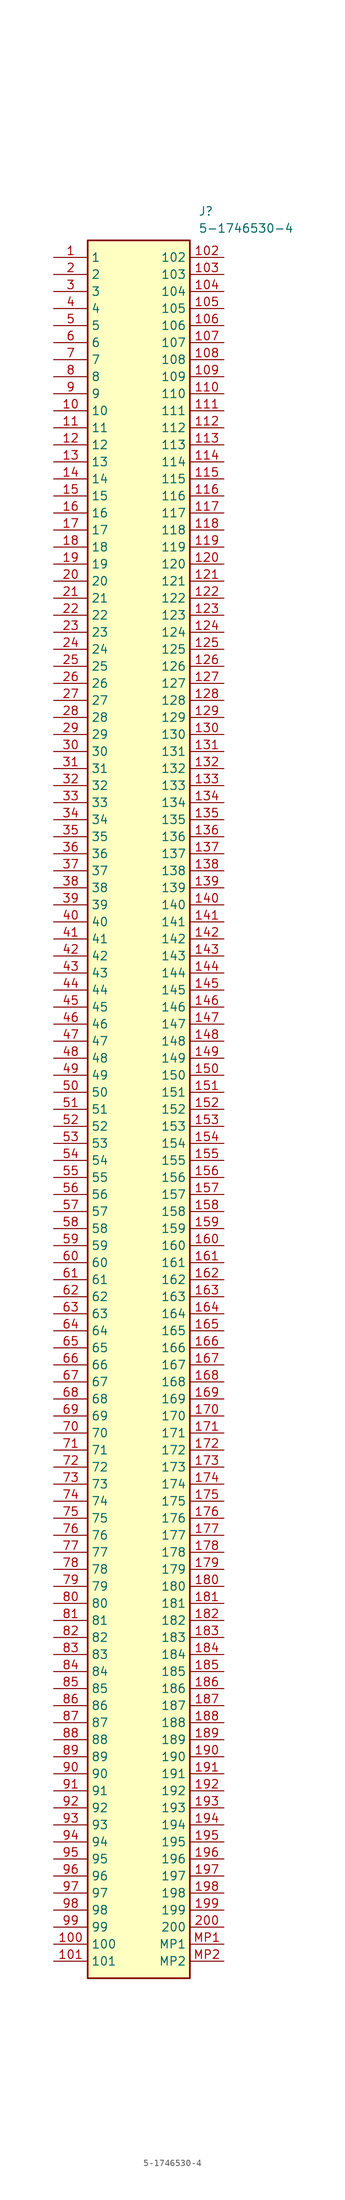
<source format=kicad_sym>
(kicad_symbol_lib
  (version 20211014)
  (generator SamacSys_ECAD_Model)
  (symbol "5-1746530-4"
    (property "Reference" "J"
      (at 21.59 7.62 0)
      (effects (font (size 1.27 1.27)) (justify left top)))
    (property "Value" "5-1746530-4"
      (at 21.59 5.08 0)
      (effects (font (size 1.27 1.27)) (justify left top)))
    (rectangle
      (start 5.08 2.54)
      (end 20.32 -256.54)
      (stroke (width 0.254) (type default))
      (fill (type background)))
    (pin passive line
      (at 0 0 0)
      (length 5.08)
      (name "1" (effects (font (size 1.27 1.27))))
      (number "1" (effects (font (size 1.27 1.27)))))
    (pin passive line
      (at 0 -2.54 0)
      (length 5.08)
      (name "2" (effects (font (size 1.27 1.27))))
      (number "2" (effects (font (size 1.27 1.27)))))
    (pin passive line
      (at 0 -5.08 0)
      (length 5.08)
      (name "3" (effects (font (size 1.27 1.27))))
      (number "3" (effects (font (size 1.27 1.27)))))
    (pin passive line
      (at 0 -7.62 0)
      (length 5.08)
      (name "4" (effects (font (size 1.27 1.27))))
      (number "4" (effects (font (size 1.27 1.27)))))
    (pin passive line
      (at 0 -10.16 0)
      (length 5.08)
      (name "5" (effects (font (size 1.27 1.27))))
      (number "5" (effects (font (size 1.27 1.27)))))
    (pin passive line
      (at 0 -12.7 0)
      (length 5.08)
      (name "6" (effects (font (size 1.27 1.27))))
      (number "6" (effects (font (size 1.27 1.27)))))
    (pin passive line
      (at 0 -15.24 0)
      (length 5.08)
      (name "7" (effects (font (size 1.27 1.27))))
      (number "7" (effects (font (size 1.27 1.27)))))
    (pin passive line
      (at 0 -17.78 0)
      (length 5.08)
      (name "8" (effects (font (size 1.27 1.27))))
      (number "8" (effects (font (size 1.27 1.27)))))
    (pin passive line
      (at 0 -20.32 0)
      (length 5.08)
      (name "9" (effects (font (size 1.27 1.27))))
      (number "9" (effects (font (size 1.27 1.27)))))
    (pin passive line
      (at 0 -22.86 0)
      (length 5.08)
      (name "10" (effects (font (size 1.27 1.27))))
      (number "10" (effects (font (size 1.27 1.27)))))
    (pin passive line
      (at 0 -25.4 0)
      (length 5.08)
      (name "11" (effects (font (size 1.27 1.27))))
      (number "11" (effects (font (size 1.27 1.27)))))
    (pin passive line
      (at 0 -27.94 0)
      (length 5.08)
      (name "12" (effects (font (size 1.27 1.27))))
      (number "12" (effects (font (size 1.27 1.27)))))
    (pin passive line
      (at 0 -30.48 0)
      (length 5.08)
      (name "13" (effects (font (size 1.27 1.27))))
      (number "13" (effects (font (size 1.27 1.27)))))
    (pin passive line
      (at 0 -33.02 0)
      (length 5.08)
      (name "14" (effects (font (size 1.27 1.27))))
      (number "14" (effects (font (size 1.27 1.27)))))
    (pin passive line
      (at 0 -35.56 0)
      (length 5.08)
      (name "15" (effects (font (size 1.27 1.27))))
      (number "15" (effects (font (size 1.27 1.27)))))
    (pin passive line
      (at 0 -38.1 0)
      (length 5.08)
      (name "16" (effects (font (size 1.27 1.27))))
      (number "16" (effects (font (size 1.27 1.27)))))
    (pin passive line
      (at 0 -40.64 0)
      (length 5.08)
      (name "17" (effects (font (size 1.27 1.27))))
      (number "17" (effects (font (size 1.27 1.27)))))
    (pin passive line
      (at 0 -43.18 0)
      (length 5.08)
      (name "18" (effects (font (size 1.27 1.27))))
      (number "18" (effects (font (size 1.27 1.27)))))
    (pin passive line
      (at 0 -45.72 0)
      (length 5.08)
      (name "19" (effects (font (size 1.27 1.27))))
      (number "19" (effects (font (size 1.27 1.27)))))
    (pin passive line
      (at 0 -48.26 0)
      (length 5.08)
      (name "20" (effects (font (size 1.27 1.27))))
      (number "20" (effects (font (size 1.27 1.27)))))
    (pin passive line
      (at 0 -50.8 0)
      (length 5.08)
      (name "21" (effects (font (size 1.27 1.27))))
      (number "21" (effects (font (size 1.27 1.27)))))
    (pin passive line
      (at 0 -53.34 0)
      (length 5.08)
      (name "22" (effects (font (size 1.27 1.27))))
      (number "22" (effects (font (size 1.27 1.27)))))
    (pin passive line
      (at 0 -55.88 0)
      (length 5.08)
      (name "23" (effects (font (size 1.27 1.27))))
      (number "23" (effects (font (size 1.27 1.27)))))
    (pin passive line
      (at 0 -58.42 0)
      (length 5.08)
      (name "24" (effects (font (size 1.27 1.27))))
      (number "24" (effects (font (size 1.27 1.27)))))
    (pin passive line
      (at 0 -60.96 0)
      (length 5.08)
      (name "25" (effects (font (size 1.27 1.27))))
      (number "25" (effects (font (size 1.27 1.27)))))
    (pin passive line
      (at 0 -63.5 0)
      (length 5.08)
      (name "26" (effects (font (size 1.27 1.27))))
      (number "26" (effects (font (size 1.27 1.27)))))
    (pin passive line
      (at 0 -66.04 0)
      (length 5.08)
      (name "27" (effects (font (size 1.27 1.27))))
      (number "27" (effects (font (size 1.27 1.27)))))
    (pin passive line
      (at 0 -68.58 0)
      (length 5.08)
      (name "28" (effects (font (size 1.27 1.27))))
      (number "28" (effects (font (size 1.27 1.27)))))
    (pin passive line
      (at 0 -71.12 0)
      (length 5.08)
      (name "29" (effects (font (size 1.27 1.27))))
      (number "29" (effects (font (size 1.27 1.27)))))
    (pin passive line
      (at 0 -73.66 0)
      (length 5.08)
      (name "30" (effects (font (size 1.27 1.27))))
      (number "30" (effects (font (size 1.27 1.27)))))
    (pin passive line
      (at 0 -76.2 0)
      (length 5.08)
      (name "31" (effects (font (size 1.27 1.27))))
      (number "31" (effects (font (size 1.27 1.27)))))
    (pin passive line
      (at 0 -78.74 0)
      (length 5.08)
      (name "32" (effects (font (size 1.27 1.27))))
      (number "32" (effects (font (size 1.27 1.27)))))
    (pin passive line
      (at 0 -81.28 0)
      (length 5.08)
      (name "33" (effects (font (size 1.27 1.27))))
      (number "33" (effects (font (size 1.27 1.27)))))
    (pin passive line
      (at 0 -83.82 0)
      (length 5.08)
      (name "34" (effects (font (size 1.27 1.27))))
      (number "34" (effects (font (size 1.27 1.27)))))
    (pin passive line
      (at 0 -86.36 0)
      (length 5.08)
      (name "35" (effects (font (size 1.27 1.27))))
      (number "35" (effects (font (size 1.27 1.27)))))
    (pin passive line
      (at 0 -88.9 0)
      (length 5.08)
      (name "36" (effects (font (size 1.27 1.27))))
      (number "36" (effects (font (size 1.27 1.27)))))
    (pin passive line
      (at 0 -91.44 0)
      (length 5.08)
      (name "37" (effects (font (size 1.27 1.27))))
      (number "37" (effects (font (size 1.27 1.27)))))
    (pin passive line
      (at 0 -93.98 0)
      (length 5.08)
      (name "38" (effects (font (size 1.27 1.27))))
      (number "38" (effects (font (size 1.27 1.27)))))
    (pin passive line
      (at 0 -96.52 0)
      (length 5.08)
      (name "39" (effects (font (size 1.27 1.27))))
      (number "39" (effects (font (size 1.27 1.27)))))
    (pin passive line
      (at 0 -99.06 0)
      (length 5.08)
      (name "40" (effects (font (size 1.27 1.27))))
      (number "40" (effects (font (size 1.27 1.27)))))
    (pin passive line
      (at 0 -101.6 0)
      (length 5.08)
      (name "41" (effects (font (size 1.27 1.27))))
      (number "41" (effects (font (size 1.27 1.27)))))
    (pin passive line
      (at 0 -104.14 0)
      (length 5.08)
      (name "42" (effects (font (size 1.27 1.27))))
      (number "42" (effects (font (size 1.27 1.27)))))
    (pin passive line
      (at 0 -106.68 0)
      (length 5.08)
      (name "43" (effects (font (size 1.27 1.27))))
      (number "43" (effects (font (size 1.27 1.27)))))
    (pin passive line
      (at 0 -109.22 0)
      (length 5.08)
      (name "44" (effects (font (size 1.27 1.27))))
      (number "44" (effects (font (size 1.27 1.27)))))
    (pin passive line
      (at 0 -111.76 0)
      (length 5.08)
      (name "45" (effects (font (size 1.27 1.27))))
      (number "45" (effects (font (size 1.27 1.27)))))
    (pin passive line
      (at 0 -114.3 0)
      (length 5.08)
      (name "46" (effects (font (size 1.27 1.27))))
      (number "46" (effects (font (size 1.27 1.27)))))
    (pin passive line
      (at 0 -116.84 0)
      (length 5.08)
      (name "47" (effects (font (size 1.27 1.27))))
      (number "47" (effects (font (size 1.27 1.27)))))
    (pin passive line
      (at 0 -119.38 0)
      (length 5.08)
      (name "48" (effects (font (size 1.27 1.27))))
      (number "48" (effects (font (size 1.27 1.27)))))
    (pin passive line
      (at 0 -121.92 0)
      (length 5.08)
      (name "49" (effects (font (size 1.27 1.27))))
      (number "49" (effects (font (size 1.27 1.27)))))
    (pin passive line
      (at 0 -124.46 0)
      (length 5.08)
      (name "50" (effects (font (size 1.27 1.27))))
      (number "50" (effects (font (size 1.27 1.27)))))
    (pin passive line
      (at 0 -127 0)
      (length 5.08)
      (name "51" (effects (font (size 1.27 1.27))))
      (number "51" (effects (font (size 1.27 1.27)))))
    (pin passive line
      (at 0 -129.54 0)
      (length 5.08)
      (name "52" (effects (font (size 1.27 1.27))))
      (number "52" (effects (font (size 1.27 1.27)))))
    (pin passive line
      (at 0 -132.08 0)
      (length 5.08)
      (name "53" (effects (font (size 1.27 1.27))))
      (number "53" (effects (font (size 1.27 1.27)))))
    (pin passive line
      (at 0 -134.62 0)
      (length 5.08)
      (name "54" (effects (font (size 1.27 1.27))))
      (number "54" (effects (font (size 1.27 1.27)))))
    (pin passive line
      (at 0 -137.16 0)
      (length 5.08)
      (name "55" (effects (font (size 1.27 1.27))))
      (number "55" (effects (font (size 1.27 1.27)))))
    (pin passive line
      (at 0 -139.7 0)
      (length 5.08)
      (name "56" (effects (font (size 1.27 1.27))))
      (number "56" (effects (font (size 1.27 1.27)))))
    (pin passive line
      (at 0 -142.24 0)
      (length 5.08)
      (name "57" (effects (font (size 1.27 1.27))))
      (number "57" (effects (font (size 1.27 1.27)))))
    (pin passive line
      (at 0 -144.78 0)
      (length 5.08)
      (name "58" (effects (font (size 1.27 1.27))))
      (number "58" (effects (font (size 1.27 1.27)))))
    (pin passive line
      (at 0 -147.32 0)
      (length 5.08)
      (name "59" (effects (font (size 1.27 1.27))))
      (number "59" (effects (font (size 1.27 1.27)))))
    (pin passive line
      (at 0 -149.86 0)
      (length 5.08)
      (name "60" (effects (font (size 1.27 1.27))))
      (number "60" (effects (font (size 1.27 1.27)))))
    (pin passive line
      (at 0 -152.4 0)
      (length 5.08)
      (name "61" (effects (font (size 1.27 1.27))))
      (number "61" (effects (font (size 1.27 1.27)))))
    (pin passive line
      (at 0 -154.94 0)
      (length 5.08)
      (name "62" (effects (font (size 1.27 1.27))))
      (number "62" (effects (font (size 1.27 1.27)))))
    (pin passive line
      (at 0 -157.48 0)
      (length 5.08)
      (name "63" (effects (font (size 1.27 1.27))))
      (number "63" (effects (font (size 1.27 1.27)))))
    (pin passive line
      (at 0 -160.02 0)
      (length 5.08)
      (name "64" (effects (font (size 1.27 1.27))))
      (number "64" (effects (font (size 1.27 1.27)))))
    (pin passive line
      (at 0 -162.56 0)
      (length 5.08)
      (name "65" (effects (font (size 1.27 1.27))))
      (number "65" (effects (font (size 1.27 1.27)))))
    (pin passive line
      (at 0 -165.1 0)
      (length 5.08)
      (name "66" (effects (font (size 1.27 1.27))))
      (number "66" (effects (font (size 1.27 1.27)))))
    (pin passive line
      (at 0 -167.64 0)
      (length 5.08)
      (name "67" (effects (font (size 1.27 1.27))))
      (number "67" (effects (font (size 1.27 1.27)))))
    (pin passive line
      (at 0 -170.18 0)
      (length 5.08)
      (name "68" (effects (font (size 1.27 1.27))))
      (number "68" (effects (font (size 1.27 1.27)))))
    (pin passive line
      (at 0 -172.72 0)
      (length 5.08)
      (name "69" (effects (font (size 1.27 1.27))))
      (number "69" (effects (font (size 1.27 1.27)))))
    (pin passive line
      (at 0 -175.26 0)
      (length 5.08)
      (name "70" (effects (font (size 1.27 1.27))))
      (number "70" (effects (font (size 1.27 1.27)))))
    (pin passive line
      (at 0 -177.8 0)
      (length 5.08)
      (name "71" (effects (font (size 1.27 1.27))))
      (number "71" (effects (font (size 1.27 1.27)))))
    (pin passive line
      (at 0 -180.34 0)
      (length 5.08)
      (name "72" (effects (font (size 1.27 1.27))))
      (number "72" (effects (font (size 1.27 1.27)))))
    (pin passive line
      (at 0 -182.88 0)
      (length 5.08)
      (name "73" (effects (font (size 1.27 1.27))))
      (number "73" (effects (font (size 1.27 1.27)))))
    (pin passive line
      (at 0 -185.42 0)
      (length 5.08)
      (name "74" (effects (font (size 1.27 1.27))))
      (number "74" (effects (font (size 1.27 1.27)))))
    (pin passive line
      (at 0 -187.96 0)
      (length 5.08)
      (name "75" (effects (font (size 1.27 1.27))))
      (number "75" (effects (font (size 1.27 1.27)))))
    (pin passive line
      (at 0 -190.5 0)
      (length 5.08)
      (name "76" (effects (font (size 1.27 1.27))))
      (number "76" (effects (font (size 1.27 1.27)))))
    (pin passive line
      (at 0 -193.04 0)
      (length 5.08)
      (name "77" (effects (font (size 1.27 1.27))))
      (number "77" (effects (font (size 1.27 1.27)))))
    (pin passive line
      (at 0 -195.58 0)
      (length 5.08)
      (name "78" (effects (font (size 1.27 1.27))))
      (number "78" (effects (font (size 1.27 1.27)))))
    (pin passive line
      (at 0 -198.12 0)
      (length 5.08)
      (name "79" (effects (font (size 1.27 1.27))))
      (number "79" (effects (font (size 1.27 1.27)))))
    (pin passive line
      (at 0 -200.66 0)
      (length 5.08)
      (name "80" (effects (font (size 1.27 1.27))))
      (number "80" (effects (font (size 1.27 1.27)))))
    (pin passive line
      (at 0 -203.2 0)
      (length 5.08)
      (name "81" (effects (font (size 1.27 1.27))))
      (number "81" (effects (font (size 1.27 1.27)))))
    (pin passive line
      (at 0 -205.74 0)
      (length 5.08)
      (name "82" (effects (font (size 1.27 1.27))))
      (number "82" (effects (font (size 1.27 1.27)))))
    (pin passive line
      (at 0 -208.28 0)
      (length 5.08)
      (name "83" (effects (font (size 1.27 1.27))))
      (number "83" (effects (font (size 1.27 1.27)))))
    (pin passive line
      (at 0 -210.82 0)
      (length 5.08)
      (name "84" (effects (font (size 1.27 1.27))))
      (number "84" (effects (font (size 1.27 1.27)))))
    (pin passive line
      (at 0 -213.36 0)
      (length 5.08)
      (name "85" (effects (font (size 1.27 1.27))))
      (number "85" (effects (font (size 1.27 1.27)))))
    (pin passive line
      (at 0 -215.9 0)
      (length 5.08)
      (name "86" (effects (font (size 1.27 1.27))))
      (number "86" (effects (font (size 1.27 1.27)))))
    (pin passive line
      (at 0 -218.44 0)
      (length 5.08)
      (name "87" (effects (font (size 1.27 1.27))))
      (number "87" (effects (font (size 1.27 1.27)))))
    (pin passive line
      (at 0 -220.98 0)
      (length 5.08)
      (name "88" (effects (font (size 1.27 1.27))))
      (number "88" (effects (font (size 1.27 1.27)))))
    (pin passive line
      (at 0 -223.52 0)
      (length 5.08)
      (name "89" (effects (font (size 1.27 1.27))))
      (number "89" (effects (font (size 1.27 1.27)))))
    (pin passive line
      (at 0 -226.06 0)
      (length 5.08)
      (name "90" (effects (font (size 1.27 1.27))))
      (number "90" (effects (font (size 1.27 1.27)))))
    (pin passive line
      (at 0 -228.6 0)
      (length 5.08)
      (name "91" (effects (font (size 1.27 1.27))))
      (number "91" (effects (font (size 1.27 1.27)))))
    (pin passive line
      (at 0 -231.14 0)
      (length 5.08)
      (name "92" (effects (font (size 1.27 1.27))))
      (number "92" (effects (font (size 1.27 1.27)))))
    (pin passive line
      (at 0 -233.68 0)
      (length 5.08)
      (name "93" (effects (font (size 1.27 1.27))))
      (number "93" (effects (font (size 1.27 1.27)))))
    (pin passive line
      (at 0 -236.22 0)
      (length 5.08)
      (name "94" (effects (font (size 1.27 1.27))))
      (number "94" (effects (font (size 1.27 1.27)))))
    (pin passive line
      (at 0 -238.76 0)
      (length 5.08)
      (name "95" (effects (font (size 1.27 1.27))))
      (number "95" (effects (font (size 1.27 1.27)))))
    (pin passive line
      (at 0 -241.3 0)
      (length 5.08)
      (name "96" (effects (font (size 1.27 1.27))))
      (number "96" (effects (font (size 1.27 1.27)))))
    (pin passive line
      (at 0 -243.84 0)
      (length 5.08)
      (name "97" (effects (font (size 1.27 1.27))))
      (number "97" (effects (font (size 1.27 1.27)))))
    (pin passive line
      (at 0 -246.38 0)
      (length 5.08)
      (name "98" (effects (font (size 1.27 1.27))))
      (number "98" (effects (font (size 1.27 1.27)))))
    (pin passive line
      (at 0 -248.92 0)
      (length 5.08)
      (name "99" (effects (font (size 1.27 1.27))))
      (number "99" (effects (font (size 1.27 1.27)))))
    (pin passive line
      (at 0 -251.46 0)
      (length 5.08)
      (name "100" (effects (font (size 1.27 1.27))))
      (number "100" (effects (font (size 1.27 1.27)))))
    (pin passive line
      (at 0 -254 0)
      (length 5.08)
      (name "101" (effects (font (size 1.27 1.27))))
      (number "101" (effects (font (size 1.27 1.27)))))
    (pin passive line
      (at 25.4 0 180)
      (length 5.08)
      (name "102" (effects (font (size 1.27 1.27))))
      (number "102" (effects (font (size 1.27 1.27)))))
    (pin passive line
      (at 25.4 -2.54 180)
      (length 5.08)
      (name "103" (effects (font (size 1.27 1.27))))
      (number "103" (effects (font (size 1.27 1.27)))))
    (pin passive line
      (at 25.4 -5.08 180)
      (length 5.08)
      (name "104" (effects (font (size 1.27 1.27))))
      (number "104" (effects (font (size 1.27 1.27)))))
    (pin passive line
      (at 25.4 -7.62 180)
      (length 5.08)
      (name "105" (effects (font (size 1.27 1.27))))
      (number "105" (effects (font (size 1.27 1.27)))))
    (pin passive line
      (at 25.4 -10.16 180)
      (length 5.08)
      (name "106" (effects (font (size 1.27 1.27))))
      (number "106" (effects (font (size 1.27 1.27)))))
    (pin passive line
      (at 25.4 -12.7 180)
      (length 5.08)
      (name "107" (effects (font (size 1.27 1.27))))
      (number "107" (effects (font (size 1.27 1.27)))))
    (pin passive line
      (at 25.4 -15.24 180)
      (length 5.08)
      (name "108" (effects (font (size 1.27 1.27))))
      (number "108" (effects (font (size 1.27 1.27)))))
    (pin passive line
      (at 25.4 -17.78 180)
      (length 5.08)
      (name "109" (effects (font (size 1.27 1.27))))
      (number "109" (effects (font (size 1.27 1.27)))))
    (pin passive line
      (at 25.4 -20.32 180)
      (length 5.08)
      (name "110" (effects (font (size 1.27 1.27))))
      (number "110" (effects (font (size 1.27 1.27)))))
    (pin passive line
      (at 25.4 -22.86 180)
      (length 5.08)
      (name "111" (effects (font (size 1.27 1.27))))
      (number "111" (effects (font (size 1.27 1.27)))))
    (pin passive line
      (at 25.4 -25.4 180)
      (length 5.08)
      (name "112" (effects (font (size 1.27 1.27))))
      (number "112" (effects (font (size 1.27 1.27)))))
    (pin passive line
      (at 25.4 -27.94 180)
      (length 5.08)
      (name "113" (effects (font (size 1.27 1.27))))
      (number "113" (effects (font (size 1.27 1.27)))))
    (pin passive line
      (at 25.4 -30.48 180)
      (length 5.08)
      (name "114" (effects (font (size 1.27 1.27))))
      (number "114" (effects (font (size 1.27 1.27)))))
    (pin passive line
      (at 25.4 -33.02 180)
      (length 5.08)
      (name "115" (effects (font (size 1.27 1.27))))
      (number "115" (effects (font (size 1.27 1.27)))))
    (pin passive line
      (at 25.4 -35.56 180)
      (length 5.08)
      (name "116" (effects (font (size 1.27 1.27))))
      (number "116" (effects (font (size 1.27 1.27)))))
    (pin passive line
      (at 25.4 -38.1 180)
      (length 5.08)
      (name "117" (effects (font (size 1.27 1.27))))
      (number "117" (effects (font (size 1.27 1.27)))))
    (pin passive line
      (at 25.4 -40.64 180)
      (length 5.08)
      (name "118" (effects (font (size 1.27 1.27))))
      (number "118" (effects (font (size 1.27 1.27)))))
    (pin passive line
      (at 25.4 -43.18 180)
      (length 5.08)
      (name "119" (effects (font (size 1.27 1.27))))
      (number "119" (effects (font (size 1.27 1.27)))))
    (pin passive line
      (at 25.4 -45.72 180)
      (length 5.08)
      (name "120" (effects (font (size 1.27 1.27))))
      (number "120" (effects (font (size 1.27 1.27)))))
    (pin passive line
      (at 25.4 -48.26 180)
      (length 5.08)
      (name "121" (effects (font (size 1.27 1.27))))
      (number "121" (effects (font (size 1.27 1.27)))))
    (pin passive line
      (at 25.4 -50.8 180)
      (length 5.08)
      (name "122" (effects (font (size 1.27 1.27))))
      (number "122" (effects (font (size 1.27 1.27)))))
    (pin passive line
      (at 25.4 -53.34 180)
      (length 5.08)
      (name "123" (effects (font (size 1.27 1.27))))
      (number "123" (effects (font (size 1.27 1.27)))))
    (pin passive line
      (at 25.4 -55.88 180)
      (length 5.08)
      (name "124" (effects (font (size 1.27 1.27))))
      (number "124" (effects (font (size 1.27 1.27)))))
    (pin passive line
      (at 25.4 -58.42 180)
      (length 5.08)
      (name "125" (effects (font (size 1.27 1.27))))
      (number "125" (effects (font (size 1.27 1.27)))))
    (pin passive line
      (at 25.4 -60.96 180)
      (length 5.08)
      (name "126" (effects (font (size 1.27 1.27))))
      (number "126" (effects (font (size 1.27 1.27)))))
    (pin passive line
      (at 25.4 -63.5 180)
      (length 5.08)
      (name "127" (effects (font (size 1.27 1.27))))
      (number "127" (effects (font (size 1.27 1.27)))))
    (pin passive line
      (at 25.4 -66.04 180)
      (length 5.08)
      (name "128" (effects (font (size 1.27 1.27))))
      (number "128" (effects (font (size 1.27 1.27)))))
    (pin passive line
      (at 25.4 -68.58 180)
      (length 5.08)
      (name "129" (effects (font (size 1.27 1.27))))
      (number "129" (effects (font (size 1.27 1.27)))))
    (pin passive line
      (at 25.4 -71.12 180)
      (length 5.08)
      (name "130" (effects (font (size 1.27 1.27))))
      (number "130" (effects (font (size 1.27 1.27)))))
    (pin passive line
      (at 25.4 -73.66 180)
      (length 5.08)
      (name "131" (effects (font (size 1.27 1.27))))
      (number "131" (effects (font (size 1.27 1.27)))))
    (pin passive line
      (at 25.4 -76.2 180)
      (length 5.08)
      (name "132" (effects (font (size 1.27 1.27))))
      (number "132" (effects (font (size 1.27 1.27)))))
    (pin passive line
      (at 25.4 -78.74 180)
      (length 5.08)
      (name "133" (effects (font (size 1.27 1.27))))
      (number "133" (effects (font (size 1.27 1.27)))))
    (pin passive line
      (at 25.4 -81.28 180)
      (length 5.08)
      (name "134" (effects (font (size 1.27 1.27))))
      (number "134" (effects (font (size 1.27 1.27)))))
    (pin passive line
      (at 25.4 -83.82 180)
      (length 5.08)
      (name "135" (effects (font (size 1.27 1.27))))
      (number "135" (effects (font (size 1.27 1.27)))))
    (pin passive line
      (at 25.4 -86.36 180)
      (length 5.08)
      (name "136" (effects (font (size 1.27 1.27))))
      (number "136" (effects (font (size 1.27 1.27)))))
    (pin passive line
      (at 25.4 -88.9 180)
      (length 5.08)
      (name "137" (effects (font (size 1.27 1.27))))
      (number "137" (effects (font (size 1.27 1.27)))))
    (pin passive line
      (at 25.4 -91.44 180)
      (length 5.08)
      (name "138" (effects (font (size 1.27 1.27))))
      (number "138" (effects (font (size 1.27 1.27)))))
    (pin passive line
      (at 25.4 -93.98 180)
      (length 5.08)
      (name "139" (effects (font (size 1.27 1.27))))
      (number "139" (effects (font (size 1.27 1.27)))))
    (pin passive line
      (at 25.4 -96.52 180)
      (length 5.08)
      (name "140" (effects (font (size 1.27 1.27))))
      (number "140" (effects (font (size 1.27 1.27)))))
    (pin passive line
      (at 25.4 -99.06 180)
      (length 5.08)
      (name "141" (effects (font (size 1.27 1.27))))
      (number "141" (effects (font (size 1.27 1.27)))))
    (pin passive line
      (at 25.4 -101.6 180)
      (length 5.08)
      (name "142" (effects (font (size 1.27 1.27))))
      (number "142" (effects (font (size 1.27 1.27)))))
    (pin passive line
      (at 25.4 -104.14 180)
      (length 5.08)
      (name "143" (effects (font (size 1.27 1.27))))
      (number "143" (effects (font (size 1.27 1.27)))))
    (pin passive line
      (at 25.4 -106.68 180)
      (length 5.08)
      (name "144" (effects (font (size 1.27 1.27))))
      (number "144" (effects (font (size 1.27 1.27)))))
    (pin passive line
      (at 25.4 -109.22 180)
      (length 5.08)
      (name "145" (effects (font (size 1.27 1.27))))
      (number "145" (effects (font (size 1.27 1.27)))))
    (pin passive line
      (at 25.4 -111.76 180)
      (length 5.08)
      (name "146" (effects (font (size 1.27 1.27))))
      (number "146" (effects (font (size 1.27 1.27)))))
    (pin passive line
      (at 25.4 -114.3 180)
      (length 5.08)
      (name "147" (effects (font (size 1.27 1.27))))
      (number "147" (effects (font (size 1.27 1.27)))))
    (pin passive line
      (at 25.4 -116.84 180)
      (length 5.08)
      (name "148" (effects (font (size 1.27 1.27))))
      (number "148" (effects (font (size 1.27 1.27)))))
    (pin passive line
      (at 25.4 -119.38 180)
      (length 5.08)
      (name "149" (effects (font (size 1.27 1.27))))
      (number "149" (effects (font (size 1.27 1.27)))))
    (pin passive line
      (at 25.4 -121.92 180)
      (length 5.08)
      (name "150" (effects (font (size 1.27 1.27))))
      (number "150" (effects (font (size 1.27 1.27)))))
    (pin passive line
      (at 25.4 -124.46 180)
      (length 5.08)
      (name "151" (effects (font (size 1.27 1.27))))
      (number "151" (effects (font (size 1.27 1.27)))))
    (pin passive line
      (at 25.4 -127 180)
      (length 5.08)
      (name "152" (effects (font (size 1.27 1.27))))
      (number "152" (effects (font (size 1.27 1.27)))))
    (pin passive line
      (at 25.4 -129.54 180)
      (length 5.08)
      (name "153" (effects (font (size 1.27 1.27))))
      (number "153" (effects (font (size 1.27 1.27)))))
    (pin passive line
      (at 25.4 -132.08 180)
      (length 5.08)
      (name "154" (effects (font (size 1.27 1.27))))
      (number "154" (effects (font (size 1.27 1.27)))))
    (pin passive line
      (at 25.4 -134.62 180)
      (length 5.08)
      (name "155" (effects (font (size 1.27 1.27))))
      (number "155" (effects (font (size 1.27 1.27)))))
    (pin passive line
      (at 25.4 -137.16 180)
      (length 5.08)
      (name "156" (effects (font (size 1.27 1.27))))
      (number "156" (effects (font (size 1.27 1.27)))))
    (pin passive line
      (at 25.4 -139.7 180)
      (length 5.08)
      (name "157" (effects (font (size 1.27 1.27))))
      (number "157" (effects (font (size 1.27 1.27)))))
    (pin passive line
      (at 25.4 -142.24 180)
      (length 5.08)
      (name "158" (effects (font (size 1.27 1.27))))
      (number "158" (effects (font (size 1.27 1.27)))))
    (pin passive line
      (at 25.4 -144.78 180)
      (length 5.08)
      (name "159" (effects (font (size 1.27 1.27))))
      (number "159" (effects (font (size 1.27 1.27)))))
    (pin passive line
      (at 25.4 -147.32 180)
      (length 5.08)
      (name "160" (effects (font (size 1.27 1.27))))
      (number "160" (effects (font (size 1.27 1.27)))))
    (pin passive line
      (at 25.4 -149.86 180)
      (length 5.08)
      (name "161" (effects (font (size 1.27 1.27))))
      (number "161" (effects (font (size 1.27 1.27)))))
    (pin passive line
      (at 25.4 -152.4 180)
      (length 5.08)
      (name "162" (effects (font (size 1.27 1.27))))
      (number "162" (effects (font (size 1.27 1.27)))))
    (pin passive line
      (at 25.4 -154.94 180)
      (length 5.08)
      (name "163" (effects (font (size 1.27 1.27))))
      (number "163" (effects (font (size 1.27 1.27)))))
    (pin passive line
      (at 25.4 -157.48 180)
      (length 5.08)
      (name "164" (effects (font (size 1.27 1.27))))
      (number "164" (effects (font (size 1.27 1.27)))))
    (pin passive line
      (at 25.4 -160.02 180)
      (length 5.08)
      (name "165" (effects (font (size 1.27 1.27))))
      (number "165" (effects (font (size 1.27 1.27)))))
    (pin passive line
      (at 25.4 -162.56 180)
      (length 5.08)
      (name "166" (effects (font (size 1.27 1.27))))
      (number "166" (effects (font (size 1.27 1.27)))))
    (pin passive line
      (at 25.4 -165.1 180)
      (length 5.08)
      (name "167" (effects (font (size 1.27 1.27))))
      (number "167" (effects (font (size 1.27 1.27)))))
    (pin passive line
      (at 25.4 -167.64 180)
      (length 5.08)
      (name "168" (effects (font (size 1.27 1.27))))
      (number "168" (effects (font (size 1.27 1.27)))))
    (pin passive line
      (at 25.4 -170.18 180)
      (length 5.08)
      (name "169" (effects (font (size 1.27 1.27))))
      (number "169" (effects (font (size 1.27 1.27)))))
    (pin passive line
      (at 25.4 -172.72 180)
      (length 5.08)
      (name "170" (effects (font (size 1.27 1.27))))
      (number "170" (effects (font (size 1.27 1.27)))))
    (pin passive line
      (at 25.4 -175.26 180)
      (length 5.08)
      (name "171" (effects (font (size 1.27 1.27))))
      (number "171" (effects (font (size 1.27 1.27)))))
    (pin passive line
      (at 25.4 -177.8 180)
      (length 5.08)
      (name "172" (effects (font (size 1.27 1.27))))
      (number "172" (effects (font (size 1.27 1.27)))))
    (pin passive line
      (at 25.4 -180.34 180)
      (length 5.08)
      (name "173" (effects (font (size 1.27 1.27))))
      (number "173" (effects (font (size 1.27 1.27)))))
    (pin passive line
      (at 25.4 -182.88 180)
      (length 5.08)
      (name "174" (effects (font (size 1.27 1.27))))
      (number "174" (effects (font (size 1.27 1.27)))))
    (pin passive line
      (at 25.4 -185.42 180)
      (length 5.08)
      (name "175" (effects (font (size 1.27 1.27))))
      (number "175" (effects (font (size 1.27 1.27)))))
    (pin passive line
      (at 25.4 -187.96 180)
      (length 5.08)
      (name "176" (effects (font (size 1.27 1.27))))
      (number "176" (effects (font (size 1.27 1.27)))))
    (pin passive line
      (at 25.4 -190.5 180)
      (length 5.08)
      (name "177" (effects (font (size 1.27 1.27))))
      (number "177" (effects (font (size 1.27 1.27)))))
    (pin passive line
      (at 25.4 -193.04 180)
      (length 5.08)
      (name "178" (effects (font (size 1.27 1.27))))
      (number "178" (effects (font (size 1.27 1.27)))))
    (pin passive line
      (at 25.4 -195.58 180)
      (length 5.08)
      (name "179" (effects (font (size 1.27 1.27))))
      (number "179" (effects (font (size 1.27 1.27)))))
    (pin passive line
      (at 25.4 -198.12 180)
      (length 5.08)
      (name "180" (effects (font (size 1.27 1.27))))
      (number "180" (effects (font (size 1.27 1.27)))))
    (pin passive line
      (at 25.4 -200.66 180)
      (length 5.08)
      (name "181" (effects (font (size 1.27 1.27))))
      (number "181" (effects (font (size 1.27 1.27)))))
    (pin passive line
      (at 25.4 -203.2 180)
      (length 5.08)
      (name "182" (effects (font (size 1.27 1.27))))
      (number "182" (effects (font (size 1.27 1.27)))))
    (pin passive line
      (at 25.4 -205.74 180)
      (length 5.08)
      (name "183" (effects (font (size 1.27 1.27))))
      (number "183" (effects (font (size 1.27 1.27)))))
    (pin passive line
      (at 25.4 -208.28 180)
      (length 5.08)
      (name "184" (effects (font (size 1.27 1.27))))
      (number "184" (effects (font (size 1.27 1.27)))))
    (pin passive line
      (at 25.4 -210.82 180)
      (length 5.08)
      (name "185" (effects (font (size 1.27 1.27))))
      (number "185" (effects (font (size 1.27 1.27)))))
    (pin passive line
      (at 25.4 -213.36 180)
      (length 5.08)
      (name "186" (effects (font (size 1.27 1.27))))
      (number "186" (effects (font (size 1.27 1.27)))))
    (pin passive line
      (at 25.4 -215.9 180)
      (length 5.08)
      (name "187" (effects (font (size 1.27 1.27))))
      (number "187" (effects (font (size 1.27 1.27)))))
    (pin passive line
      (at 25.4 -218.44 180)
      (length 5.08)
      (name "188" (effects (font (size 1.27 1.27))))
      (number "188" (effects (font (size 1.27 1.27)))))
    (pin passive line
      (at 25.4 -220.98 180)
      (length 5.08)
      (name "189" (effects (font (size 1.27 1.27))))
      (number "189" (effects (font (size 1.27 1.27)))))
    (pin passive line
      (at 25.4 -223.52 180)
      (length 5.08)
      (name "190" (effects (font (size 1.27 1.27))))
      (number "190" (effects (font (size 1.27 1.27)))))
    (pin passive line
      (at 25.4 -226.06 180)
      (length 5.08)
      (name "191" (effects (font (size 1.27 1.27))))
      (number "191" (effects (font (size 1.27 1.27)))))
    (pin passive line
      (at 25.4 -228.6 180)
      (length 5.08)
      (name "192" (effects (font (size 1.27 1.27))))
      (number "192" (effects (font (size 1.27 1.27)))))
    (pin passive line
      (at 25.4 -231.14 180)
      (length 5.08)
      (name "193" (effects (font (size 1.27 1.27))))
      (number "193" (effects (font (size 1.27 1.27)))))
    (pin passive line
      (at 25.4 -233.68 180)
      (length 5.08)
      (name "194" (effects (font (size 1.27 1.27))))
      (number "194" (effects (font (size 1.27 1.27)))))
    (pin passive line
      (at 25.4 -236.22 180)
      (length 5.08)
      (name "195" (effects (font (size 1.27 1.27))))
      (number "195" (effects (font (size 1.27 1.27)))))
    (pin passive line
      (at 25.4 -238.76 180)
      (length 5.08)
      (name "196" (effects (font (size 1.27 1.27))))
      (number "196" (effects (font (size 1.27 1.27)))))
    (pin passive line
      (at 25.4 -241.3 180)
      (length 5.08)
      (name "197" (effects (font (size 1.27 1.27))))
      (number "197" (effects (font (size 1.27 1.27)))))
    (pin passive line
      (at 25.4 -243.84 180)
      (length 5.08)
      (name "198" (effects (font (size 1.27 1.27))))
      (number "198" (effects (font (size 1.27 1.27)))))
    (pin passive line
      (at 25.4 -246.38 180)
      (length 5.08)
      (name "199" (effects (font (size 1.27 1.27))))
      (number "199" (effects (font (size 1.27 1.27)))))
    (pin passive line
      (at 25.4 -248.92 180)
      (length 5.08)
      (name "200" (effects (font (size 1.27 1.27))))
      (number "200" (effects (font (size 1.27 1.27)))))
    (pin passive line
      (at 25.4 -251.46 180)
      (length 5.08)
      (name "MP1" (effects (font (size 1.27 1.27))))
      (number "MP1" (effects (font (size 1.27 1.27)))))
    (pin passive line
      (at 25.4 -254 180)
      (length 5.08)
      (name "MP2" (effects (font (size 1.27 1.27))))
      (number "MP2" (effects (font (size 1.27 1.27)))))))
</source>
